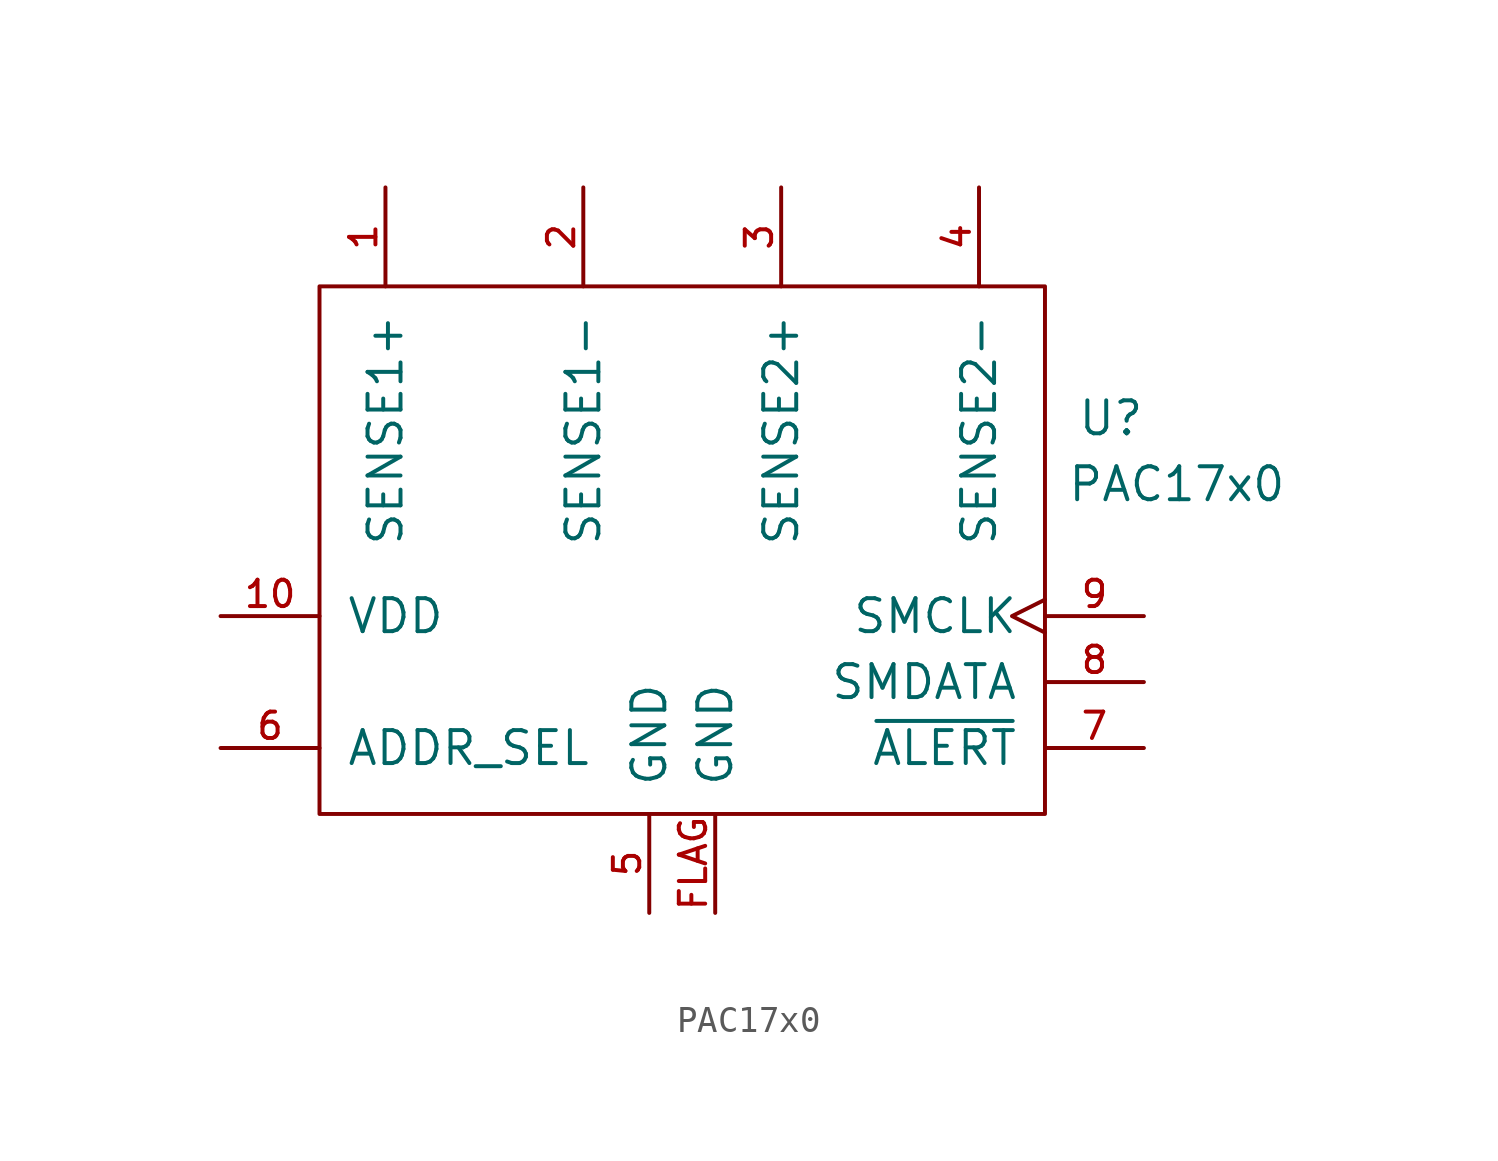
<source format=kicad_sym>
(kicad_symbol_lib
  (version 20211014)
  (generator kicad_symbol_editor)
  (symbol "PAC17x0"
    (pin_names
      (offset 1.016))
    (property "Reference" "U"
      (at 16.51 3.81 0)
      (effects (font (size 1.27 1.27))))
    (property "Value" "PAC17x0"
      (at 19.05 1.27 0)
      (effects (font (size 1.27 1.27))))
    (symbol "PAC17x0_0_1"
      (rectangle (start -13.97 8.89) (end 13.97 -11.43) (stroke (width 0) (type default) (color 0 0 0 0)) (fill (type none))))
    (symbol "PAC17x0_1_1"
      (pin passive line (at -11.43 12.7 270) (length 3.81) (name "SENSE1+" (effects (font (size 1.27 1.27)))) (number "1" (effects (font (size 1.016 1.016)))))
      (pin power_in line (at -17.78 -3.81 0) (length 3.81) (name "VDD" (effects (font (size 1.27 1.27)))) (number "10" (effects (font (size 1.016 1.016)))))
      (pin passive line (at -3.81 12.7 270) (length 3.81) (name "SENSE1-" (effects (font (size 1.27 1.27)))) (number "2" (effects (font (size 1.016 1.016)))))
      (pin passive line (at 3.81 12.7 270) (length 3.81) (name "SENSE2+" (effects (font (size 1.27 1.27)))) (number "3" (effects (font (size 1.016 1.016)))))
      (pin passive line (at 11.43 12.7 270) (length 3.81) (name "SENSE2-" (effects (font (size 1.27 1.27)))) (number "4" (effects (font (size 1.016 1.016)))))
      (pin power_in line (at -1.27 -15.24 90) (length 3.81) (name "GND" (effects (font (size 1.27 1.27)))) (number "5" (effects (font (size 1.016 1.016)))))
      (pin passive line (at -17.78 -8.89 0) (length 3.81) (name "ADDR_SEL" (effects (font (size 1.27 1.27)))) (number "6" (effects (font (size 1.016 1.016)))))
      (pin open_collector line (at 17.78 -8.89 180) (length 3.81) (name "~{ALERT}" (effects (font (size 1.27 1.27)))) (number "7" (effects (font (size 1.016 1.016)))))
      (pin open_collector line (at 17.78 -6.35 180) (length 3.81) (name "SMDATA" (effects (font (size 1.27 1.27)))) (number "8" (effects (font (size 1.016 1.016)))))
      (pin open_collector clock (at 17.78 -3.81 180) (length 3.81) (name "SMCLK" (effects (font (size 1.27 1.27)))) (number "9" (effects (font (size 1.016 1.016)))))
      (pin power_in line (at 1.27 -15.24 90) (length 3.81) (name "GND" (effects (font (size 1.27 1.27)))) (number "FLAG" (effects (font (size 1.016 1.016))))))))
</source>
